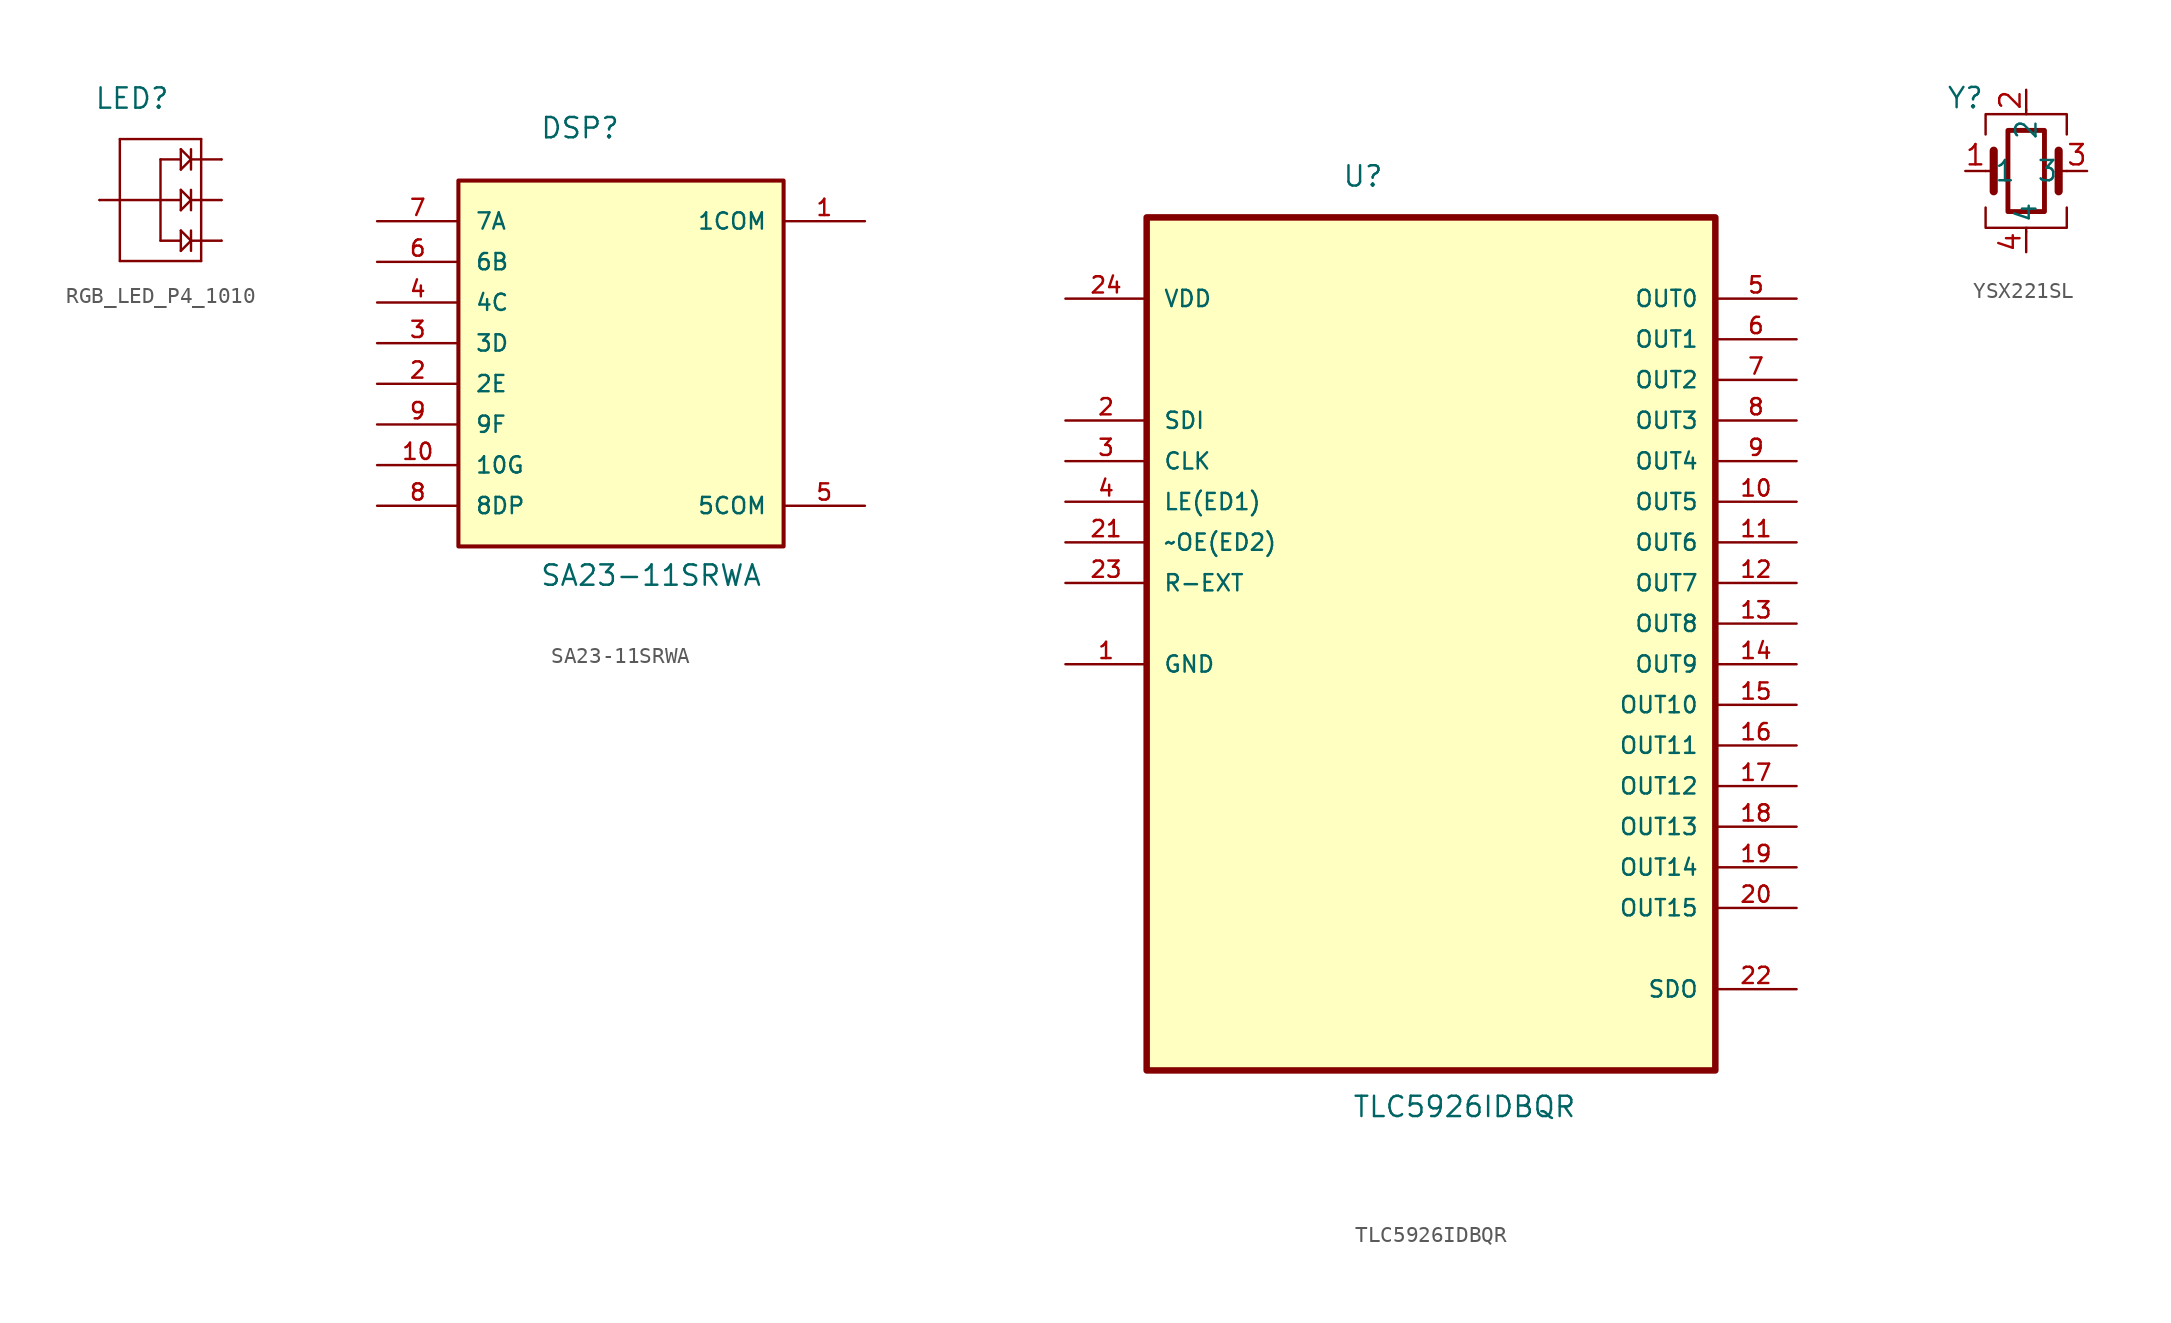
<source format=kicad_sym>
(kicad_symbol_lib
  (version 20241209)
  (generator "kicad_symbol_editor")
  (generator_version "9.0")
  (symbol "RGB_LED_P4_1010"
    (property "Reference" "LED"
      (at -1.778 3.81 0)
      (effects (font (size 1.27 1.27))))
    (property "Value" ""
      (at 0 0 0)
      (effects (font (size 1.27 1.27))))
    (symbol "RGB_LED_P4_1010_1_0"
      (polyline (pts (xy -3.81 -2.54) (xy -2.54 -2.54)) (stroke (width 0.152) (type solid)) (fill (type none)))
      (polyline (pts (xy -2.54 1.27) (xy -2.54 -2.54)) (stroke (width 0.152) (type solid)) (fill (type none)))
      (polyline (pts (xy -2.54 -2.54) (xy -2.54 -6.35)) (stroke (width 0.152) (type solid)) (fill (type none)))
      (polyline (pts (xy -2.54 -2.54) (xy 0 -2.54)) (stroke (width 0.152) (type solid)) (fill (type none)))
      (polyline (pts (xy -2.54 -6.35) (xy 2.54 -6.35)) (stroke (width 0.152) (type solid)) (fill (type none)))
      (polyline (pts (xy 0 0) (xy 1.27 0)) (stroke (width 0.152) (type solid)) (fill (type none)))
      (polyline (pts (xy 0 -2.54) (xy 0 0)) (stroke (width 0.152) (type solid)) (fill (type none)))
      (polyline (pts (xy 0 -2.54) (xy 0 -5.08)) (stroke (width 0.152) (type solid)) (fill (type none)))
      (polyline (pts (xy 1.27 0.635) (xy 1.905 0)) (stroke (width 0.152) (type solid)) (fill (type none)))
      (polyline (pts (xy 1.27 0) (xy 1.27 0.635)) (stroke (width 0.152) (type solid)) (fill (type none)))
      (polyline (pts (xy 1.27 -0.635) (xy 1.27 0)) (stroke (width 0.152) (type solid)) (fill (type none)))
      (polyline (pts (xy 1.27 -1.905) (xy 1.905 -2.54)) (stroke (width 0.152) (type solid)) (fill (type none)))
      (polyline (pts (xy 1.27 -2.54) (xy 0 -2.54)) (stroke (width 0.152) (type solid)) (fill (type none)))
      (polyline (pts (xy 1.27 -2.54) (xy 1.27 -1.905)) (stroke (width 0.152) (type solid)) (fill (type none)))
      (polyline (pts (xy 1.27 -3.175) (xy 1.27 -2.54)) (stroke (width 0.152) (type solid)) (fill (type none)))
      (polyline (pts (xy 1.27 -4.445) (xy 1.905 -5.08)) (stroke (width 0.152) (type solid)) (fill (type none)))
      (polyline (pts (xy 1.27 -5.08) (xy 0 -5.08)) (stroke (width 0.152) (type solid)) (fill (type none)))
      (polyline (pts (xy 1.27 -5.08) (xy 1.27 -4.445)) (stroke (width 0.152) (type solid)) (fill (type none)))
      (polyline (pts (xy 1.27 -5.715) (xy 1.27 -5.08)) (stroke (width 0.152) (type solid)) (fill (type none)))
      (polyline (pts (xy 1.905 0) (xy 1.27 -0.635)) (stroke (width 0.152) (type solid)) (fill (type none)))
      (polyline (pts (xy 1.905 0) (xy 1.905 0.635)) (stroke (width 0.152) (type solid)) (fill (type none)))
      (polyline (pts (xy 1.905 0) (xy 2.54 0)) (stroke (width 0.152) (type solid)) (fill (type none)))
      (polyline (pts (xy 1.905 -0.635) (xy 1.905 0)) (stroke (width 0.152) (type solid)) (fill (type none)))
      (polyline (pts (xy 1.905 -2.54) (xy 1.27 -3.175)) (stroke (width 0.152) (type solid)) (fill (type none)))
      (polyline (pts (xy 1.905 -2.54) (xy 1.905 -1.905)) (stroke (width 0.152) (type solid)) (fill (type none)))
      (polyline (pts (xy 1.905 -2.54) (xy 2.54 -2.54)) (stroke (width 0.152) (type solid)) (fill (type none)))
      (polyline (pts (xy 1.905 -3.175) (xy 1.905 -2.54)) (stroke (width 0.152) (type solid)) (fill (type none)))
      (polyline (pts (xy 1.905 -5.08) (xy 1.27 -5.715)) (stroke (width 0.152) (type solid)) (fill (type none)))
      (polyline (pts (xy 1.905 -5.08) (xy 1.905 -4.445)) (stroke (width 0.152) (type solid)) (fill (type none)))
      (polyline (pts (xy 1.905 -5.08) (xy 2.54 -5.08)) (stroke (width 0.152) (type solid)) (fill (type none)))
      (polyline (pts (xy 1.905 -5.715) (xy 1.905 -5.08)) (stroke (width 0.152) (type solid)) (fill (type none)))
      (polyline (pts (xy 2.54 1.27) (xy -2.54 1.27)) (stroke (width 0.152) (type solid)) (fill (type none)))
      (polyline (pts (xy 2.54 0) (xy 2.54 1.27)) (stroke (width 0.152) (type solid)) (fill (type none)))
      (polyline (pts (xy 2.54 0) (xy 3.81 0)) (stroke (width 0.152) (type solid)) (fill (type none)))
      (polyline (pts (xy 2.54 -2.54) (xy 2.54 0)) (stroke (width 0.152) (type solid)) (fill (type none)))
      (polyline (pts (xy 2.54 -2.54) (xy 3.81 -2.54)) (stroke (width 0.152) (type solid)) (fill (type none)))
      (polyline (pts (xy 2.54 -5.08) (xy 2.54 -2.54)) (stroke (width 0.152) (type solid)) (fill (type none)))
      (polyline (pts (xy 2.54 -5.08) (xy 3.81 -5.08)) (stroke (width 0.152) (type solid)) (fill (type none)))
      (polyline (pts (xy 2.54 -6.35) (xy 2.54 -5.08)) (stroke (width 0.152) (type solid)) (fill (type none)))
      (pin bidirectional line (at -3.81 -2.54 0) (length 0) (name "+" (effects (font (size 0 0)))) (number "+" (effects (font (size 0 0)))))
      (pin bidirectional line (at 3.81 0 180) (length 0) (name "R-" (effects (font (size 0 0)))) (number "R-" (effects (font (size 0 0)))))
      (pin bidirectional line (at 3.81 -2.54 180) (length 0) (name "G-" (effects (font (size 0 0)))) (number "G-" (effects (font (size 0 0)))))
      (pin bidirectional line (at 3.81 -5.08 180) (length 0) (name "B-" (effects (font (size 0 0)))) (number "B-" (effects (font (size 0 0)))))))
  (symbol "SA23-11SRWA"
    (pin_names
      (offset 1.016))
    (property "Reference" "DSP"
      (at -5.08 15.241 0)
      (effects (font (size 1.27 1.27)) (justify left bottom)))
    (property "Value" "SA23-11SRWA"
      (at -5.086 -12.716 0)
      (effects (font (size 1.27 1.27)) (justify left bottom)))
    (symbol "SA23-11SRWA_0_0"
      (rectangle (start -10.16 12.7) (end 10.16 -10.16) (stroke (width 0.254) (type default)) (fill (type background)))
      (pin input line (at -15.24 10.16 0) (length 5.08) (name "7A" (effects (font (size 1.016 1.016)))) (number "7" (effects (font (size 1.016 1.016)))))
      (pin input line (at -15.24 7.62 0) (length 5.08) (name "6B" (effects (font (size 1.016 1.016)))) (number "6" (effects (font (size 1.016 1.016)))))
      (pin input line (at -15.24 5.08 0) (length 5.08) (name "4C" (effects (font (size 1.016 1.016)))) (number "4" (effects (font (size 1.016 1.016)))))
      (pin input line (at -15.24 2.54 0) (length 5.08) (name "3D" (effects (font (size 1.016 1.016)))) (number "3" (effects (font (size 1.016 1.016)))))
      (pin input line (at -15.24 0 0) (length 5.08) (name "2E" (effects (font (size 1.016 1.016)))) (number "2" (effects (font (size 1.016 1.016)))))
      (pin input line (at -15.24 -2.54 0) (length 5.08) (name "9F" (effects (font (size 1.016 1.016)))) (number "9" (effects (font (size 1.016 1.016)))))
      (pin input line (at -15.24 -5.08 0) (length 5.08) (name "10G" (effects (font (size 1.016 1.016)))) (number "10" (effects (font (size 1.016 1.016)))))
      (pin input line (at -15.24 -7.62 0) (length 5.08) (name "8DP" (effects (font (size 1.016 1.016)))) (number "8" (effects (font (size 1.016 1.016)))))
      (pin input line (at 15.24 10.16 180) (length 5.08) (name "1COM" (effects (font (size 1.016 1.016)))) (number "1" (effects (font (size 1.016 1.016)))))
      (pin input line (at 15.24 -7.62 180) (length 5.08) (name "5COM" (effects (font (size 1.016 1.016)))) (number "5" (effects (font (size 1.016 1.016)))))))
  (symbol "TLC5926IDBQR"
    (pin_names
      (offset 1.016))
    (property "Reference" "U"
      (at -5.563 24.689 0)
      (effects (font (size 1.27 1.27)) (justify left bottom)))
    (property "Value" "TLC5926IDBQR"
      (at -4.934 -33.496 0)
      (effects (font (size 1.27 1.27)) (justify left bottom)))
    (symbol "TLC5926IDBQR_0_0"
      (rectangle (start -17.78 -30.48) (end 17.78 22.86) (stroke (width 0.406) (type default)) (fill (type background)))
      (pin power_in line (at -22.86 17.78 0) (length 5.08) (name "VDD" (effects (font (size 1.016 1.016)))) (number "24" (effects (font (size 1.016 1.016)))))
      (pin input line (at -22.86 10.16 0) (length 5.08) (name "SDI" (effects (font (size 1.016 1.016)))) (number "2" (effects (font (size 1.016 1.016)))))
      (pin input line (at -22.86 7.62 0) (length 5.08) (name "CLK" (effects (font (size 1.016 1.016)))) (number "3" (effects (font (size 1.016 1.016)))))
      (pin input line (at -22.86 5.08 0) (length 5.08) (name "LE(ED1)" (effects (font (size 1.016 1.016)))) (number "4" (effects (font (size 1.016 1.016)))))
      (pin input line (at -22.86 2.54 0) (length 5.08) (name "~OE(ED2)" (effects (font (size 1.016 1.016)))) (number "21" (effects (font (size 1.016 1.016)))))
      (pin input line (at -22.86 0 0) (length 5.08) (name "R-EXT" (effects (font (size 1.016 1.016)))) (number "23" (effects (font (size 1.016 1.016)))))
      (pin passive line (at -22.86 -5.08 0) (length 5.08) (name "GND" (effects (font (size 1.016 1.016)))) (number "1" (effects (font (size 1.016 1.016)))))
      (pin output line (at 22.86 17.78 180) (length 5.08) (name "OUT0" (effects (font (size 1.016 1.016)))) (number "5" (effects (font (size 1.016 1.016)))))
      (pin output line (at 22.86 15.24 180) (length 5.08) (name "OUT1" (effects (font (size 1.016 1.016)))) (number "6" (effects (font (size 1.016 1.016)))))
      (pin output line (at 22.86 12.7 180) (length 5.08) (name "OUT2" (effects (font (size 1.016 1.016)))) (number "7" (effects (font (size 1.016 1.016)))))
      (pin output line (at 22.86 10.16 180) (length 5.08) (name "OUT3" (effects (font (size 1.016 1.016)))) (number "8" (effects (font (size 1.016 1.016)))))
      (pin output line (at 22.86 7.62 180) (length 5.08) (name "OUT4" (effects (font (size 1.016 1.016)))) (number "9" (effects (font (size 1.016 1.016)))))
      (pin output line (at 22.86 5.08 180) (length 5.08) (name "OUT5" (effects (font (size 1.016 1.016)))) (number "10" (effects (font (size 1.016 1.016)))))
      (pin output line (at 22.86 2.54 180) (length 5.08) (name "OUT6" (effects (font (size 1.016 1.016)))) (number "11" (effects (font (size 1.016 1.016)))))
      (pin output line (at 22.86 0 180) (length 5.08) (name "OUT7" (effects (font (size 1.016 1.016)))) (number "12" (effects (font (size 1.016 1.016)))))
      (pin output line (at 22.86 -2.54 180) (length 5.08) (name "OUT8" (effects (font (size 1.016 1.016)))) (number "13" (effects (font (size 1.016 1.016)))))
      (pin output line (at 22.86 -5.08 180) (length 5.08) (name "OUT9" (effects (font (size 1.016 1.016)))) (number "14" (effects (font (size 1.016 1.016)))))
      (pin output line (at 22.86 -7.62 180) (length 5.08) (name "OUT10" (effects (font (size 1.016 1.016)))) (number "15" (effects (font (size 1.016 1.016)))))
      (pin output line (at 22.86 -10.16 180) (length 5.08) (name "OUT11" (effects (font (size 1.016 1.016)))) (number "16" (effects (font (size 1.016 1.016)))))
      (pin output line (at 22.86 -12.7 180) (length 5.08) (name "OUT12" (effects (font (size 1.016 1.016)))) (number "17" (effects (font (size 1.016 1.016)))))
      (pin output line (at 22.86 -15.24 180) (length 5.08) (name "OUT13" (effects (font (size 1.016 1.016)))) (number "18" (effects (font (size 1.016 1.016)))))
      (pin output line (at 22.86 -17.78 180) (length 5.08) (name "OUT14" (effects (font (size 1.016 1.016)))) (number "19" (effects (font (size 1.016 1.016)))))
      (pin output line (at 22.86 -20.32 180) (length 5.08) (name "OUT15" (effects (font (size 1.016 1.016)))) (number "20" (effects (font (size 1.016 1.016)))))
      (pin output line (at 22.86 -25.4 180) (length 5.08) (name "SDO" (effects (font (size 1.016 1.016)))) (number "22" (effects (font (size 1.016 1.016)))))))
  (symbol "YSX221SL"
    (property "Reference" "Y"
      (at -3.81 4.572 0)
      (effects (font (size 1.27 1.27))))
    (property "Value" ""
      (at 0 0 0)
      (effects (font (size 1.27 1.27))))
    (symbol "YSX221SL_0_1"
      (polyline (pts (xy -2.54 2.286) (xy -2.54 3.556) (xy 2.54 3.556) (xy 2.54 2.286)) (stroke (width 0) (type default)) (fill (type none)))
      (polyline (pts (xy -2.54 0) (xy -2.032 0)) (stroke (width 0) (type default)) (fill (type none)))
      (polyline (pts (xy -2.54 -2.286) (xy -2.54 -3.556) (xy 2.54 -3.556) (xy 2.54 -2.286)) (stroke (width 0) (type default)) (fill (type none)))
      (polyline (pts (xy -2.032 -1.27) (xy -2.032 1.27)) (stroke (width 0.508) (type default)) (fill (type none)))
      (rectangle (start -1.143 2.54) (end 1.143 -2.54) (stroke (width 0.305) (type default)) (fill (type none)))
      (polyline (pts (xy 0 3.556) (xy 0 3.81)) (stroke (width 0) (type default)) (fill (type none)))
      (polyline (pts (xy 0 -3.81) (xy 0 -3.556)) (stroke (width 0) (type default)) (fill (type none)))
      (polyline (pts (xy 2.032 0) (xy 2.54 0)) (stroke (width 0) (type default)) (fill (type none)))
      (polyline (pts (xy 2.032 -1.27) (xy 2.032 1.27)) (stroke (width 0.508) (type default)) (fill (type none))))
    (symbol "YSX221SL_1_1"
      (pin passive line (at -3.81 0 0) (length 1.27) (name "1" (effects (font (size 1.27 1.27)))) (number "1" (effects (font (size 1.27 1.27)))))
      (pin passive line (at 0 5.08 270) (length 1.27) (name "2" (effects (font (size 1.27 1.27)))) (number "2" (effects (font (size 1.27 1.27)))))
      (pin passive line (at 0 -5.08 90) (length 1.27) (name "4" (effects (font (size 1.27 1.27)))) (number "4" (effects (font (size 1.27 1.27)))))
      (pin passive line (at 3.81 0 180) (length 1.27) (name "3" (effects (font (size 1.27 1.27)))) (number "3" (effects (font (size 1.27 1.27))))))))
</source>
